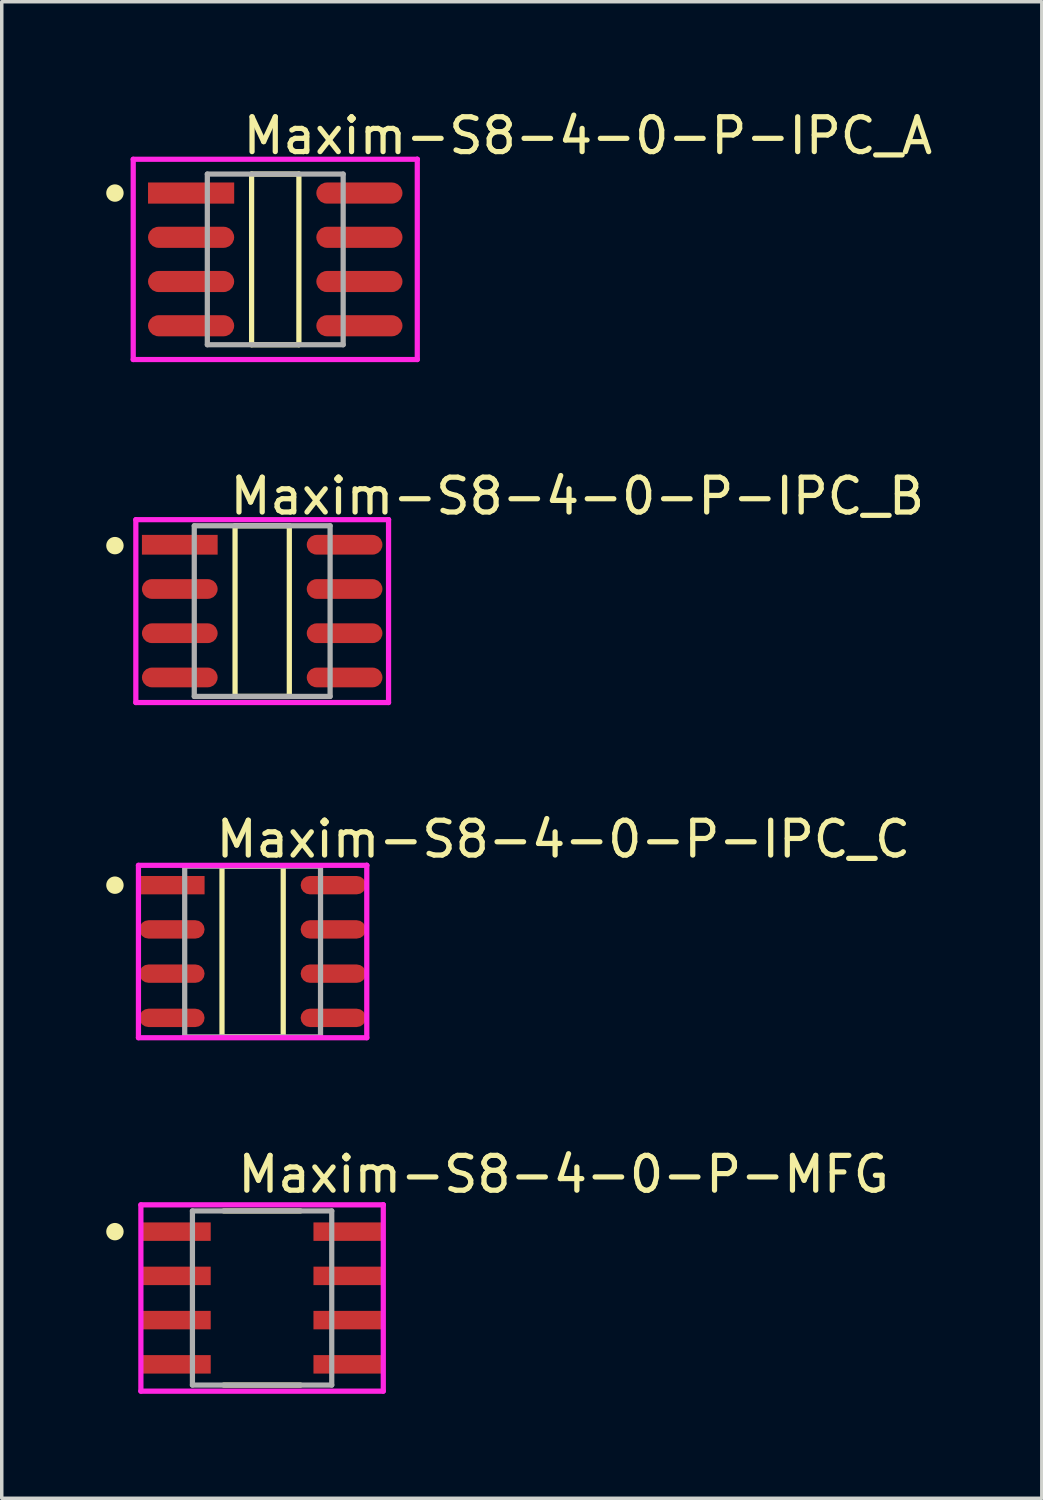
<source format=kicad_pcb>
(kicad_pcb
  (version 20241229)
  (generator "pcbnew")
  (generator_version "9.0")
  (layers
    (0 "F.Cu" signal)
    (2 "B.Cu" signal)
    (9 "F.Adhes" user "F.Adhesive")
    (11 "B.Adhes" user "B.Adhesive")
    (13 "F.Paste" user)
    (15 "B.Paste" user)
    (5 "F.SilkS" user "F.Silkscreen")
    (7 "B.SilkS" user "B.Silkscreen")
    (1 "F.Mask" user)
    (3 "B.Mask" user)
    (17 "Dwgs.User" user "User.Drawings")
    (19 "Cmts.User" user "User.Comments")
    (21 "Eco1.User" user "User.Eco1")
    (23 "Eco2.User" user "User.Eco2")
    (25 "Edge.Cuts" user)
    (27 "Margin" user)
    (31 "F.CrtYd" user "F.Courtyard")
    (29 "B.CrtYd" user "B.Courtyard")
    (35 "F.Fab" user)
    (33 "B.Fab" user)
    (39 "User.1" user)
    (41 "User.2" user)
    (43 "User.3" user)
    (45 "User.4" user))
  (footprint "Maxim-S8-4-0-P-IPC_B"
    (layer "F.Cu")
    (at 4.478 14.496)
    (property "Reference" "Maxim-S8-4-0-P-IPC_B" (at -1.003 -3.3 0) (layer "F.SilkS") (effects (font (size 1 1) (thickness 0.15)) (justify left)))
    (attr through_hole)
    (fp_line (start -0.779 -2.45) (end 0.779 -2.45) (stroke (width 0.15) (type solid)) (layer "F.SilkS"))
    (fp_line (start -0.779 2.45) (end -0.779 -2.45) (stroke (width 0.15) (type solid)) (layer "F.SilkS"))
    (fp_line (start 0.779 -2.45) (end 0.779 2.45) (stroke (width 0.15) (type solid)) (layer "F.SilkS"))
    (fp_line (start 0.779 2.45) (end -0.779 2.45) (stroke (width 0.15) (type solid)) (layer "F.SilkS"))
    (fp_circle (center -4.228 -1.88) (end -4.103 -1.88) (stroke (width 0.25) (type solid)) (fill no) (layer "F.SilkS"))
    (fp_line (start -3.628 -2.625) (end -3.628 2.625) (stroke (width 0.15) (type solid)) (layer "F.CrtYd"))
    (fp_line (start -3.628 2.625) (end 3.628 2.625) (stroke (width 0.15) (type solid)) (layer "F.CrtYd"))
    (fp_line (start 3.628 -2.625) (end -3.628 -2.625) (stroke (width 0.15) (type solid)) (layer "F.CrtYd"))
    (fp_line (start 3.628 -2.625) (end 3.628 -2.625) (stroke (width 0.15) (type solid)) (layer "F.CrtYd"))
    (fp_line (start 3.628 2.625) (end 3.628 -2.625) (stroke (width 0.15) (type solid)) (layer "F.CrtYd"))
    (fp_line (start -1.95 -2.45) (end 1.95 -2.45) (stroke (width 0.15) (type solid)) (layer "F.Fab"))
    (fp_line (start -1.95 2.45) (end -1.95 -2.45) (stroke (width 0.15) (type solid)) (layer "F.Fab"))
    (fp_line (start 1.95 -2.45) (end 1.95 2.45) (stroke (width 0.15) (type solid)) (layer "F.Fab"))
    (fp_line (start 1.95 2.45) (end -1.95 2.45) (stroke (width 0.15) (type solid)) (layer "F.Fab"))
    (pad "1" smd rect (at -2.366 -1.905) (size 2.174 0.567) (layers "F.Cu" "F.Mask" "F.Paste"))
    (pad "2" smd roundrect (at -2.366 -0.635) (size 2.174 0.567) (layers "F.Cu" "F.Mask" "F.Paste") (roundrect_rratio 0.5))
    (pad "3" smd roundrect (at -2.366 0.635) (size 2.174 0.567) (layers "F.Cu" "F.Mask" "F.Paste") (roundrect_rratio 0.5))
    (pad "4" smd roundrect (at -2.366 1.905) (size 2.174 0.567) (layers "F.Cu" "F.Mask" "F.Paste") (roundrect_rratio 0.5))
    (pad "5" smd roundrect (at 2.366 1.905) (size 2.174 0.567) (layers "F.Cu" "F.Mask" "F.Paste") (roundrect_rratio 0.5))
    (pad "6" smd roundrect (at 2.366 0.635) (size 2.174 0.567) (layers "F.Cu" "F.Mask" "F.Paste") (roundrect_rratio 0.5))
    (pad "7" smd roundrect (at 2.366 -0.635) (size 2.174 0.567) (layers "F.Cu" "F.Mask" "F.Paste") (roundrect_rratio 0.5))
    (pad "8" smd roundrect (at 2.366 -1.905) (size 2.174 0.567) (layers "F.Cu" "F.Mask" "F.Paste") (roundrect_rratio 0.5)))
  (footprint "Maxim-S8-4-0-P-IPC_A"
    (layer "F.Cu")
    (at 4.853 4.398)
    (property "Reference" "Maxim-S8-4-0-P-IPC_A" (at -1.003 -3.55 0) (layer "F.SilkS") (effects (font (size 1 1) (thickness 0.15)) (justify left)))
    (attr through_hole)
    (fp_line (start -0.679 -2.45) (end 0.679 -2.45) (stroke (width 0.15) (type solid)) (layer "F.SilkS"))
    (fp_line (start -0.679 2.45) (end -0.679 -2.45) (stroke (width 0.15) (type solid)) (layer "F.SilkS"))
    (fp_line (start 0.679 -2.45) (end 0.679 2.45) (stroke (width 0.15) (type solid)) (layer "F.SilkS"))
    (fp_line (start 0.679 2.45) (end -0.679 2.45) (stroke (width 0.15) (type solid)) (layer "F.SilkS"))
    (fp_circle (center -4.603 -1.905) (end -4.478 -1.905) (stroke (width 0.25) (type solid)) (fill no) (layer "F.SilkS"))
    (fp_line (start -4.078 -2.875) (end -4.078 2.875) (stroke (width 0.15) (type solid)) (layer "F.CrtYd"))
    (fp_line (start -4.078 2.875) (end 4.078 2.875) (stroke (width 0.15) (type solid)) (layer "F.CrtYd"))
    (fp_line (start 4.078 -2.875) (end -4.078 -2.875) (stroke (width 0.15) (type solid)) (layer "F.CrtYd"))
    (fp_line (start 4.078 -2.875) (end 4.078 -2.875) (stroke (width 0.15) (type solid)) (layer "F.CrtYd"))
    (fp_line (start 4.078 2.875) (end 4.078 -2.875) (stroke (width 0.15) (type solid)) (layer "F.CrtYd"))
    (fp_line (start -1.95 -2.45) (end 1.95 -2.45) (stroke (width 0.15) (type solid)) (layer "F.Fab"))
    (fp_line (start -1.95 2.45) (end -1.95 -2.45) (stroke (width 0.15) (type solid)) (layer "F.Fab"))
    (fp_line (start 1.95 -2.45) (end 1.95 2.45) (stroke (width 0.15) (type solid)) (layer "F.Fab"))
    (fp_line (start 1.95 2.45) (end -1.95 2.45) (stroke (width 0.15) (type solid)) (layer "F.Fab"))
    (pad "1" smd rect (at -2.416 -1.905) (size 2.474 0.607) (layers "F.Cu" "F.Mask" "F.Paste"))
    (pad "2" smd roundrect (at -2.416 -0.635) (size 2.474 0.607) (layers "F.Cu" "F.Mask" "F.Paste") (roundrect_rratio 0.5))
    (pad "3" smd roundrect (at -2.416 0.635) (size 2.474 0.607) (layers "F.Cu" "F.Mask" "F.Paste") (roundrect_rratio 0.5))
    (pad "4" smd roundrect (at -2.416 1.905) (size 2.474 0.607) (layers "F.Cu" "F.Mask" "F.Paste") (roundrect_rratio 0.5))
    (pad "5" smd roundrect (at 2.416 1.905) (size 2.474 0.607) (layers "F.Cu" "F.Mask" "F.Paste") (roundrect_rratio 0.5))
    (pad "6" smd roundrect (at 2.416 0.635) (size 2.474 0.607) (layers "F.Cu" "F.Mask" "F.Paste") (roundrect_rratio 0.5))
    (pad "7" smd roundrect (at 2.416 -0.635) (size 2.474 0.607) (layers "F.Cu" "F.Mask" "F.Paste") (roundrect_rratio 0.5))
    (pad "8" smd roundrect (at 2.416 -1.905) (size 2.474 0.607) (layers "F.Cu" "F.Mask" "F.Paste") (roundrect_rratio 0.5)))
  (footprint "Maxim-S8-4-0-P-IPC_C"
    (layer "F.Cu")
    (at 4.203 24.27)
    (property "Reference" "Maxim-S8-4-0-P-IPC_C" (at -1.128 -3.225 0) (layer "F.SilkS") (effects (font (size 1 1) (thickness 0.15)) (justify left)))
    (attr through_hole)
    (fp_line (start -0.879 -2.45) (end 0.879 -2.45) (stroke (width 0.15) (type solid)) (layer "F.SilkS"))
    (fp_line (start -0.879 2.45) (end -0.879 -2.45) (stroke (width 0.15) (type solid)) (layer "F.SilkS"))
    (fp_line (start 0.879 -2.45) (end 0.879 2.45) (stroke (width 0.15) (type solid)) (layer "F.SilkS"))
    (fp_line (start 0.879 2.45) (end -0.879 2.45) (stroke (width 0.15) (type solid)) (layer "F.SilkS"))
    (fp_circle (center -3.953 -1.905) (end -3.828 -1.905) (stroke (width 0.25) (type solid)) (fill no) (layer "F.SilkS"))
    (fp_line (start -3.278 -2.475) (end -3.278 2.475) (stroke (width 0.15) (type solid)) (layer "F.CrtYd"))
    (fp_line (start -3.278 2.475) (end 3.278 2.475) (stroke (width 0.15) (type solid)) (layer "F.CrtYd"))
    (fp_line (start 3.278 -2.475) (end -3.278 -2.475) (stroke (width 0.15) (type solid)) (layer "F.CrtYd"))
    (fp_line (start 3.278 -2.475) (end 3.278 -2.475) (stroke (width 0.15) (type solid)) (layer "F.CrtYd"))
    (fp_line (start 3.278 2.475) (end 3.278 -2.475) (stroke (width 0.15) (type solid)) (layer "F.CrtYd"))
    (fp_line (start -1.95 -2.45) (end 1.95 -2.45) (stroke (width 0.15) (type solid)) (layer "F.Fab"))
    (fp_line (start -1.95 2.45) (end -1.95 -2.45) (stroke (width 0.15) (type solid)) (layer "F.Fab"))
    (fp_line (start 1.95 -2.45) (end 1.95 2.45) (stroke (width 0.15) (type solid)) (layer "F.Fab"))
    (fp_line (start 1.95 2.45) (end -1.95 2.45) (stroke (width 0.15) (type solid)) (layer "F.Fab"))
    (pad "1" smd rect (at -2.316 -1.905) (size 1.874 0.527) (layers "F.Cu" "F.Mask" "F.Paste"))
    (pad "2" smd roundrect (at -2.316 -0.635) (size 1.874 0.527) (layers "F.Cu" "F.Mask" "F.Paste") (roundrect_rratio 0.5))
    (pad "3" smd roundrect (at -2.316 0.635) (size 1.874 0.527) (layers "F.Cu" "F.Mask" "F.Paste") (roundrect_rratio 0.5))
    (pad "4" smd roundrect (at -2.316 1.905) (size 1.874 0.527) (layers "F.Cu" "F.Mask" "F.Paste") (roundrect_rratio 0.5))
    (pad "5" smd roundrect (at 2.316 1.905) (size 1.874 0.527) (layers "F.Cu" "F.Mask" "F.Paste") (roundrect_rratio 0.5))
    (pad "6" smd roundrect (at 2.316 0.635) (size 1.874 0.527) (layers "F.Cu" "F.Mask" "F.Paste") (roundrect_rratio 0.5))
    (pad "7" smd roundrect (at 2.316 -0.635) (size 1.874 0.527) (layers "F.Cu" "F.Mask" "F.Paste") (roundrect_rratio 0.5))
    (pad "8" smd roundrect (at 2.316 -1.905) (size 1.874 0.527) (layers "F.Cu" "F.Mask" "F.Paste") (roundrect_rratio 0.5)))
  (footprint "Maxim-S8-4-0-P-MFG"
    (layer "F.Cu")
    (at 4.475 34.218)
    (property "Reference" "Maxim-S8-4-0-P-MFG" (at -0.775 -3.55 0) (layer "F.SilkS") (effects (font (size 1 1) (thickness 0.15)) (justify left)))
    (attr through_hole)
    (fp_line (start -1.1 -2.5) (end 1.1 -2.5) (stroke (width 0.15) (type solid)) (layer "F.SilkS"))
    (fp_line (start -1.1 2.5) (end 1.1 2.5) (stroke (width 0.15) (type solid)) (layer "F.SilkS"))
    (fp_circle (center -4.225 -1.905) (end -4.1 -1.905) (stroke (width 0.25) (type solid)) (fill no) (layer "F.SilkS"))
    (fp_line (start -3.48 -2.675) (end -3.48 2.675) (stroke (width 0.15) (type solid)) (layer "F.CrtYd"))
    (fp_line (start -3.48 2.675) (end 3.48 2.675) (stroke (width 0.15) (type solid)) (layer "F.CrtYd"))
    (fp_line (start 3.48 -2.675) (end -3.48 -2.675) (stroke (width 0.15) (type solid)) (layer "F.CrtYd"))
    (fp_line (start 3.48 -2.675) (end 3.48 -2.675) (stroke (width 0.15) (type solid)) (layer "F.CrtYd"))
    (fp_line (start 3.48 2.675) (end 3.48 -2.675) (stroke (width 0.15) (type solid)) (layer "F.CrtYd"))
    (fp_line (start -2 -2.5) (end 2 -2.5) (stroke (width 0.15) (type solid)) (layer "F.Fab"))
    (fp_line (start -2 2.5) (end -2 -2.5) (stroke (width 0.15) (type solid)) (layer "F.Fab"))
    (fp_line (start 2 -2.5) (end 2 2.5) (stroke (width 0.15) (type solid)) (layer "F.Fab"))
    (fp_line (start 2 2.5) (end -2 2.5) (stroke (width 0.15) (type solid)) (layer "F.Fab"))
    (pad "1" smd rect (at -2.465 -1.905) (size 1.98 0.53) (layers "F.Cu" "F.Mask" "F.Paste"))
    (pad "2" smd rect (at -2.465 -0.635) (size 1.98 0.53) (layers "F.Cu" "F.Mask" "F.Paste"))
    (pad "3" smd rect (at -2.465 0.635) (size 1.98 0.53) (layers "F.Cu" "F.Mask" "F.Paste"))
    (pad "4" smd rect (at -2.465 1.905) (size 1.98 0.53) (layers "F.Cu" "F.Mask" "F.Paste"))
    (pad "5" smd rect (at 2.465 1.905) (size 1.98 0.53) (layers "F.Cu" "F.Mask" "F.Paste"))
    (pad "6" smd rect (at 2.465 0.635) (size 1.98 0.53) (layers "F.Cu" "F.Mask" "F.Paste"))
    (pad "7" smd rect (at 2.465 -0.635) (size 1.98 0.53) (layers "F.Cu" "F.Mask" "F.Paste"))
    (pad "8" smd rect (at 2.465 -1.905) (size 1.98 0.53) (layers "F.Cu" "F.Mask" "F.Paste")))
  (gr_rect
    (start -3 -3)
    (end 26.862 39.968)
    (stroke (width 0.1) (type default))
    (fill no)
    (layer "Edge.Cuts")))
</source>
